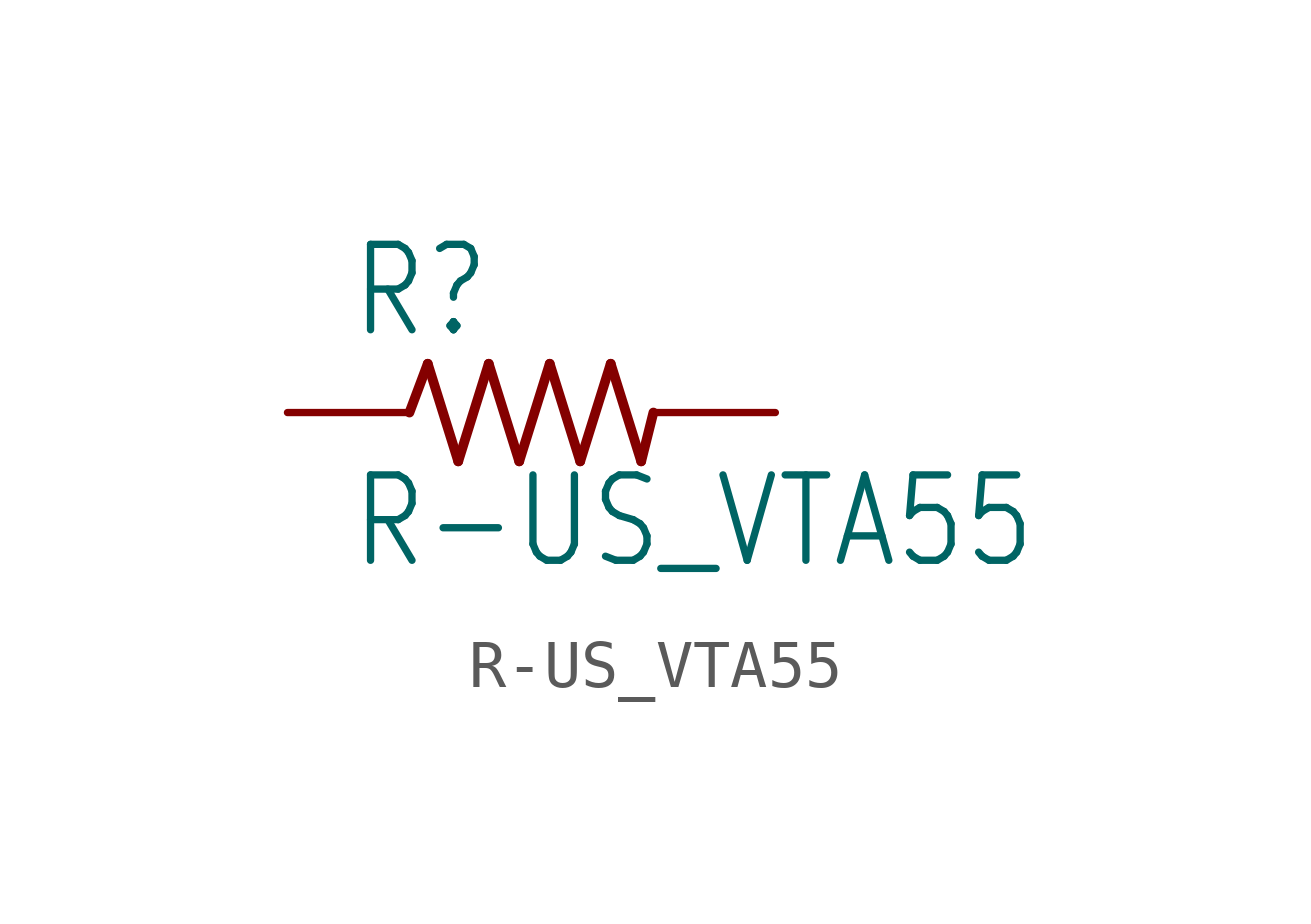
<source format=kicad_sym>
(kicad_symbol_lib
  (version 20220914)
  (generator kicad_symbol_editor)
  (symbol "R-US_VTA55"
    (property "Reference" "R"
      (at -3.81 1.499 0)
      (effects (font (size 1.778 1.511)) (justify left bottom)))
    (property "Value" "R-US_VTA55"
      (at -3.81 -3.302 0)
      (effects (font (size 1.778 1.511)) (justify left bottom)))
    (property "ki_locked" ""
      (at 0 0 0)
      (effects (font (size 1.27 1.27))))
    (symbol "R-US_VTA55_1_0"
      (polyline (pts (xy -2.54 0) (xy -2.159 1.016)) (stroke (width 0.203) (type default)) (fill (type none)))
      (polyline (pts (xy -2.159 1.016) (xy -1.524 -1.016)) (stroke (width 0.203) (type default)) (fill (type none)))
      (polyline (pts (xy -1.524 -1.016) (xy -0.889 1.016)) (stroke (width 0.203) (type default)) (fill (type none)))
      (polyline (pts (xy -0.889 1.016) (xy -0.254 -1.016)) (stroke (width 0.203) (type default)) (fill (type none)))
      (polyline (pts (xy -0.254 -1.016) (xy 0.381 1.016)) (stroke (width 0.203) (type default)) (fill (type none)))
      (polyline (pts (xy 0.381 1.016) (xy 1.016 -1.016)) (stroke (width 0.203) (type default)) (fill (type none)))
      (polyline (pts (xy 1.016 -1.016) (xy 1.651 1.016)) (stroke (width 0.203) (type default)) (fill (type none)))
      (polyline (pts (xy 1.651 1.016) (xy 2.286 -1.016)) (stroke (width 0.203) (type default)) (fill (type none)))
      (polyline (pts (xy 2.286 -1.016) (xy 2.54 0)) (stroke (width 0.203) (type default)) (fill (type none)))
      (pin passive line (at -5.08 0 0) (length 2.54) (name "1" (effects (font (size 0 0)))) (number "1" (effects (font (size 0 0)))))
      (pin passive line (at 5.08 0 180) (length 2.54) (name "2" (effects (font (size 0 0)))) (number "2" (effects (font (size 0 0))))))))
</source>
